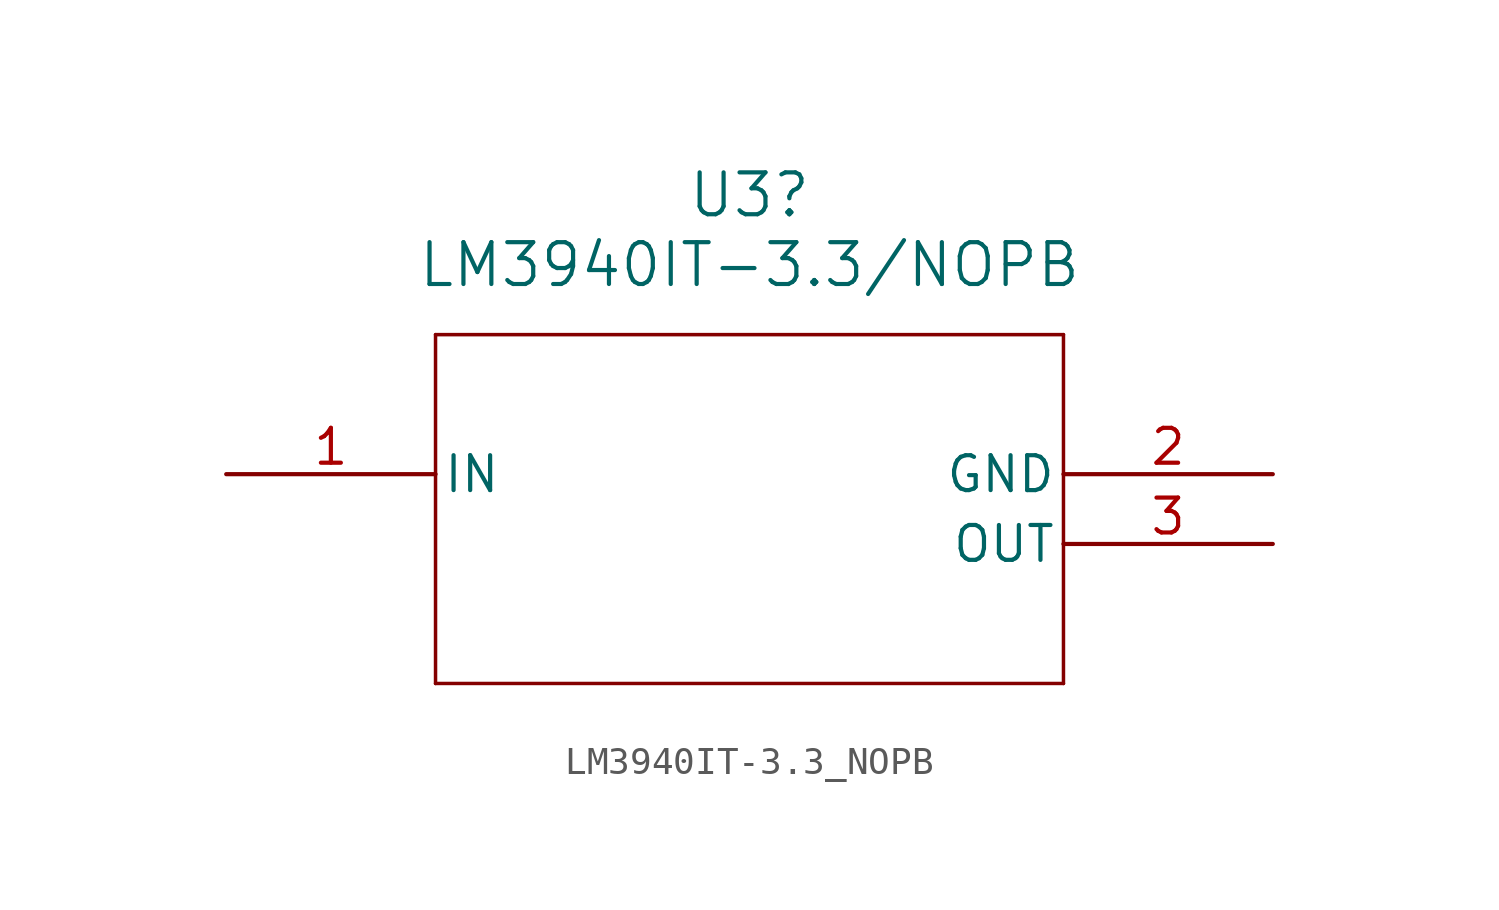
<source format=kicad_sym>
(kicad_symbol_lib
  (version 20220914)
  (generator kicad_symbol_editor)
  (symbol "LM3940IT-3.3_NOPB"
    (pin_names
      (offset 0.254))
    (property "Reference" "U3"
      (at 19.05 10.16 0)
      (effects (font (size 1.524 1.524))))
    (property "Value" "LM3940IT-3.3/NOPB"
      (at 19.05 7.62 0)
      (effects (font (size 1.524 1.524))))
    (symbol "LM3940IT-3.3_NOPB_0_1"
      (polyline (pts (xy 7.62 -7.62) (xy 30.48 -7.62)) (stroke (width 0.127) (type default)) (fill (type none)))
      (polyline (pts (xy 7.62 5.08) (xy 7.62 -7.62)) (stroke (width 0.127) (type default)) (fill (type none)))
      (polyline (pts (xy 30.48 -7.62) (xy 30.48 5.08)) (stroke (width 0.127) (type default)) (fill (type none)))
      (polyline (pts (xy 30.48 5.08) (xy 7.62 5.08)) (stroke (width 0.127) (type default)) (fill (type none)))
      (pin input line (at 0 0 0) (length 7.62) (name "IN" (effects (font (size 1.27 1.27)))) (number "1" (effects (font (size 1.27 1.27)))))
      (pin passive line (at 38.1 0 180) (length 7.62) (name "GND" (effects (font (size 1.27 1.27)))) (number "2" (effects (font (size 1.27 1.27)))))
      (pin output line (at 38.1 -2.54 180) (length 7.62) (name "OUT" (effects (font (size 1.27 1.27)))) (number "3" (effects (font (size 1.27 1.27))))))))
</source>
